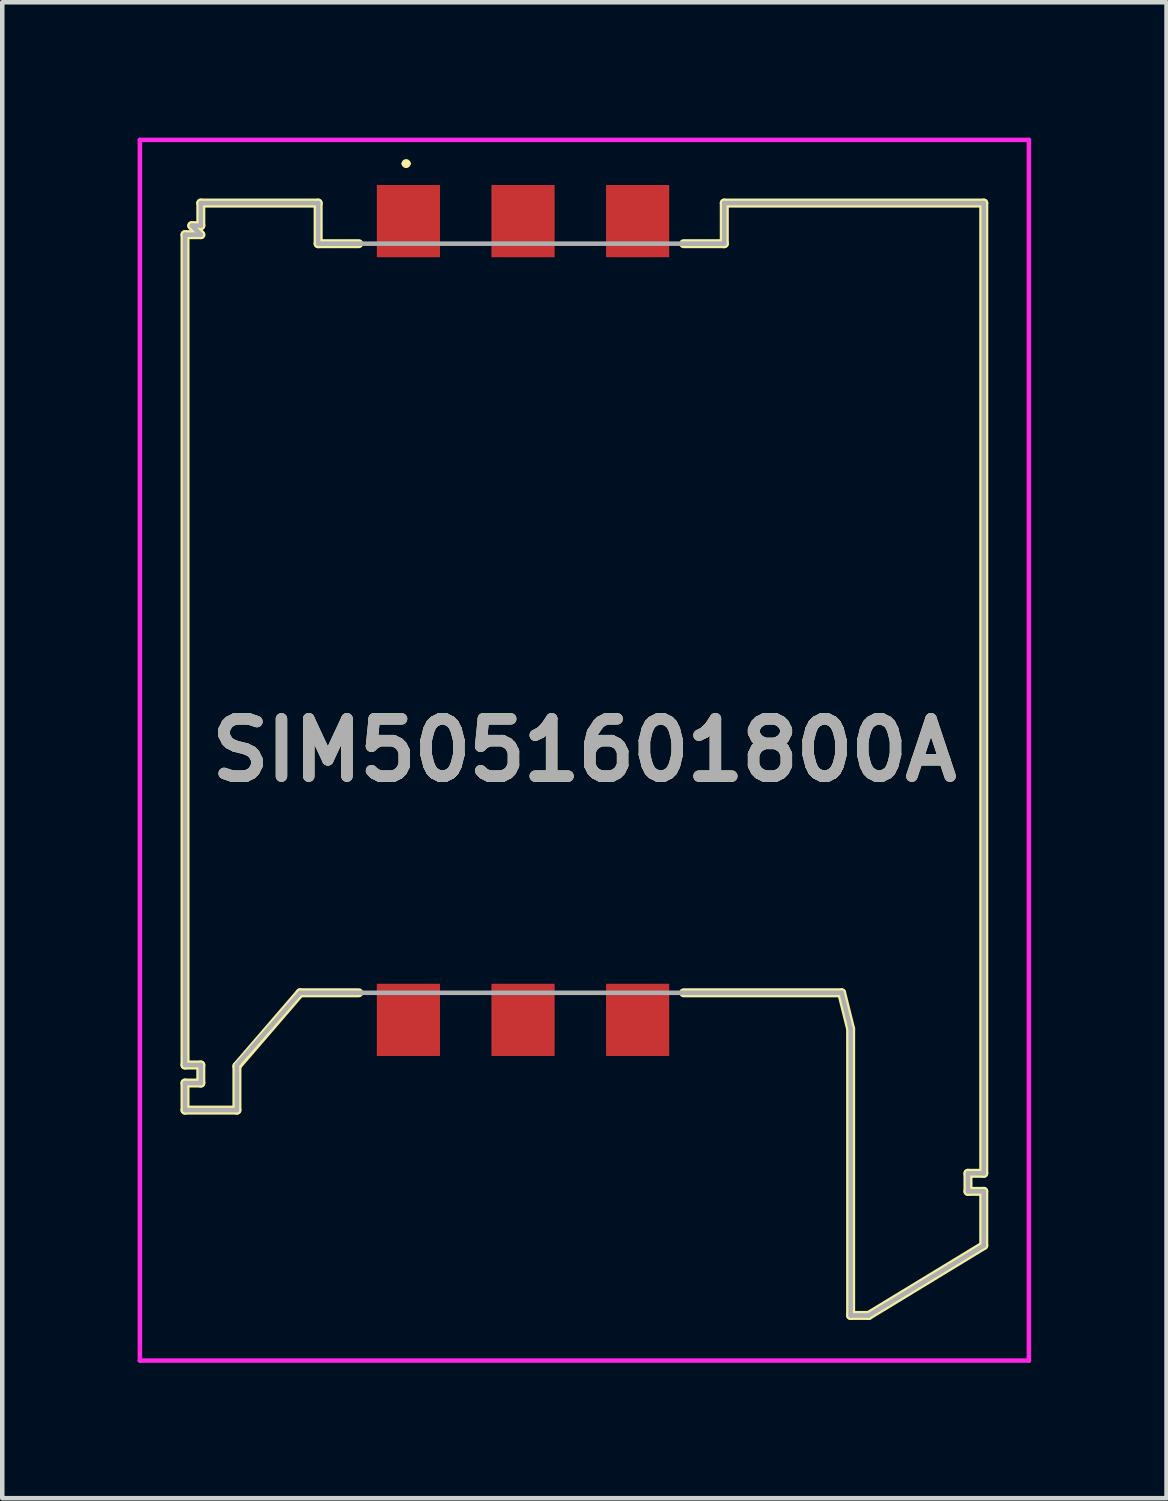
<source format=kicad_pcb>
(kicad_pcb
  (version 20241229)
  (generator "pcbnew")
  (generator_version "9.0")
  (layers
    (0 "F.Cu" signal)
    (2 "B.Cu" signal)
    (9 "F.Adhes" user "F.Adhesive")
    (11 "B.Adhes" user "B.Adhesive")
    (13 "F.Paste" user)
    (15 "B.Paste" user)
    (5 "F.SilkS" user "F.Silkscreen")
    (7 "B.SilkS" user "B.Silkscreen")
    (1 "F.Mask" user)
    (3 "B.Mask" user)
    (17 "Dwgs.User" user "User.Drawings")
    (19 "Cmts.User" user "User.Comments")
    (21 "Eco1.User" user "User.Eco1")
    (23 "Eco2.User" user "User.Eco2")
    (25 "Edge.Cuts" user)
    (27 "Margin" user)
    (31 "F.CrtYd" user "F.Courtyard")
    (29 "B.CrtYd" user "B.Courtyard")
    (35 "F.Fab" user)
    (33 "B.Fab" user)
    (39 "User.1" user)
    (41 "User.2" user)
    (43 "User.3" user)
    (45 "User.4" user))
  (footprint "SIM5051601800A"
    (layer "F.Cu")
    (at 9.9 13.775)
    (property "Reference" "SIM5051601800A" (at 0 -0.2 0) (layer "F.SilkS") (effects (font (size 1.27 1.27) (thickness 0.254))))
    (attr smd)
    (fp_line (start -8.85 -11.625) (end -8.85 6.775) (stroke (width 0.2) (type solid)) (layer "F.SilkS"))
    (fp_line (start -8.85 6.775) (end -8.5 6.775) (stroke (width 0.2) (type solid)) (layer "F.SilkS"))
    (fp_line (start -8.85 7.175) (end -8.85 7.775) (stroke (width 0.2) (type solid)) (layer "F.SilkS"))
    (fp_line (start -8.85 7.775) (end -7.7 7.775) (stroke (width 0.2) (type solid)) (layer "F.SilkS"))
    (fp_line (start -8.7 -11.825) (end -8.5 -11.625) (stroke (width 0.2) (type solid)) (layer "F.SilkS"))
    (fp_line (start -8.5 -12.325) (end -8.5 -11.825) (stroke (width 0.2) (type solid)) (layer "F.SilkS"))
    (fp_line (start -8.5 -11.825) (end -8.7 -11.825) (stroke (width 0.2) (type solid)) (layer "F.SilkS"))
    (fp_line (start -8.5 -11.625) (end -8.85 -11.625) (stroke (width 0.2) (type solid)) (layer "F.SilkS"))
    (fp_line (start -8.5 6.775) (end -8.5 7.175) (stroke (width 0.2) (type solid)) (layer "F.SilkS"))
    (fp_line (start -8.5 7.175) (end -8.85 7.175) (stroke (width 0.2) (type solid)) (layer "F.SilkS"))
    (fp_line (start -7.7 6.8) (end -6.3 5.175) (stroke (width 0.2) (type solid)) (layer "F.SilkS"))
    (fp_line (start -7.7 7.775) (end -7.7 6.8) (stroke (width 0.2) (type solid)) (layer "F.SilkS"))
    (fp_line (start -6.3 5.175) (end -5 5.175) (stroke (width 0.2) (type solid)) (layer "F.SilkS"))
    (fp_line (start -5.9 -12.325) (end -8.5 -12.325) (stroke (width 0.2) (type solid)) (layer "F.SilkS"))
    (fp_line (start -5.9 -11.425) (end -5.9 -12.325) (stroke (width 0.2) (type solid)) (layer "F.SilkS"))
    (fp_line (start -5 -11.425) (end -5.9 -11.425) (stroke (width 0.2) (type solid)) (layer "F.SilkS"))
    (fp_line (start -4 -13.2) (end -4 -13.2) (stroke (width 0.1) (type solid)) (layer "F.SilkS"))
    (fp_line (start -3.9 -13.2) (end -3.9 -13.2) (stroke (width 0.1) (type solid)) (layer "F.SilkS"))
    (fp_line (start 2.2 5.175) (end 5.7 5.175) (stroke (width 0.2) (type solid)) (layer "F.SilkS"))
    (fp_line (start 3.1 -12.325) (end 3.1 -11.425) (stroke (width 0.2) (type solid)) (layer "F.SilkS"))
    (fp_line (start 3.1 -11.425) (end 2.2 -11.425) (stroke (width 0.2) (type solid)) (layer "F.SilkS"))
    (fp_line (start 5.7 5.175) (end 5.9 5.975) (stroke (width 0.2) (type solid)) (layer "F.SilkS"))
    (fp_line (start 5.9 5.975) (end 5.9 12.325) (stroke (width 0.2) (type solid)) (layer "F.SilkS"))
    (fp_line (start 5.9 12.325) (end 6.3 12.325) (stroke (width 0.2) (type solid)) (layer "F.SilkS"))
    (fp_line (start 6.3 12.325) (end 8.85 10.775) (stroke (width 0.2) (type solid)) (layer "F.SilkS"))
    (fp_line (start 8.5 9.175) (end 8.85 9.175) (stroke (width 0.2) (type solid)) (layer "F.SilkS"))
    (fp_line (start 8.5 9.575) (end 8.5 9.175) (stroke (width 0.2) (type solid)) (layer "F.SilkS"))
    (fp_line (start 8.85 -12.325) (end 3.1 -12.325) (stroke (width 0.2) (type solid)) (layer "F.SilkS"))
    (fp_line (start 8.85 9.175) (end 8.85 -12.325) (stroke (width 0.2) (type solid)) (layer "F.SilkS"))
    (fp_line (start 8.85 9.575) (end 8.5 9.575) (stroke (width 0.2) (type solid)) (layer "F.SilkS"))
    (fp_line (start 8.85 10.775) (end 8.85 9.575) (stroke (width 0.2) (type solid)) (layer "F.SilkS"))
    (fp_arc (start -4 -13.2) (mid -3.95 -13.25) (end -3.9 -13.2) (stroke (width 0.1) (type solid)) (layer "F.SilkS"))
    (fp_arc (start -3.9 -13.2) (mid -3.95 -13.15) (end -4 -13.2) (stroke (width 0.1) (type solid)) (layer "F.SilkS"))
    (fp_line (start -9.85 -13.725) (end 9.85 -13.725) (stroke (width 0.1) (type solid)) (layer "F.CrtYd"))
    (fp_line (start -9.85 13.325) (end -9.85 -13.725) (stroke (width 0.1) (type solid)) (layer "F.CrtYd"))
    (fp_line (start 9.85 -13.725) (end 9.85 13.325) (stroke (width 0.1) (type solid)) (layer "F.CrtYd"))
    (fp_line (start 9.85 13.325) (end -9.85 13.325) (stroke (width 0.1) (type solid)) (layer "F.CrtYd"))
    (fp_line (start -8.85 -11.625) (end -8.85 6.775) (stroke (width 0.1) (type solid)) (layer "F.Fab"))
    (fp_line (start -8.85 6.775) (end -8.5 6.775) (stroke (width 0.1) (type solid)) (layer "F.Fab"))
    (fp_line (start -8.85 7.175) (end -8.85 7.775) (stroke (width 0.1) (type solid)) (layer "F.Fab"))
    (fp_line (start -8.85 7.775) (end -7.7 7.775) (stroke (width 0.1) (type solid)) (layer "F.Fab"))
    (fp_line (start -8.7 -11.825) (end -8.5 -11.625) (stroke (width 0.1) (type solid)) (layer "F.Fab"))
    (fp_line (start -8.5 -12.325) (end -8.5 -11.825) (stroke (width 0.1) (type solid)) (layer "F.Fab"))
    (fp_line (start -8.5 -11.825) (end -8.7 -11.825) (stroke (width 0.1) (type solid)) (layer "F.Fab"))
    (fp_line (start -8.5 -11.625) (end -8.85 -11.625) (stroke (width 0.1) (type solid)) (layer "F.Fab"))
    (fp_line (start -8.5 6.775) (end -8.5 7.175) (stroke (width 0.1) (type solid)) (layer "F.Fab"))
    (fp_line (start -8.5 7.175) (end -8.85 7.175) (stroke (width 0.1) (type solid)) (layer "F.Fab"))
    (fp_line (start -7.7 6.775) (end -6.3 5.175) (stroke (width 0.1) (type solid)) (layer "F.Fab"))
    (fp_line (start -7.7 7.775) (end -7.7 6.775) (stroke (width 0.1) (type solid)) (layer "F.Fab"))
    (fp_line (start -6.3 5.175) (end 5.7 5.175) (stroke (width 0.1) (type solid)) (layer "F.Fab"))
    (fp_line (start -5.9 -12.325) (end -8.5 -12.325) (stroke (width 0.1) (type solid)) (layer "F.Fab"))
    (fp_line (start -5.9 -11.425) (end -5.9 -12.325) (stroke (width 0.1) (type solid)) (layer "F.Fab"))
    (fp_line (start 3.1 -12.325) (end 3.1 -11.425) (stroke (width 0.1) (type solid)) (layer "F.Fab"))
    (fp_line (start 3.1 -11.425) (end -5.9 -11.425) (stroke (width 0.1) (type solid)) (layer "F.Fab"))
    (fp_line (start 5.7 5.175) (end 5.9 5.975) (stroke (width 0.1) (type solid)) (layer "F.Fab"))
    (fp_line (start 5.9 5.975) (end 5.9 12.325) (stroke (width 0.1) (type solid)) (layer "F.Fab"))
    (fp_line (start 5.9 12.325) (end 6.3 12.325) (stroke (width 0.1) (type solid)) (layer "F.Fab"))
    (fp_line (start 6.3 12.325) (end 8.85 10.775) (stroke (width 0.1) (type solid)) (layer "F.Fab"))
    (fp_line (start 8.5 9.175) (end 8.85 9.175) (stroke (width 0.1) (type solid)) (layer "F.Fab"))
    (fp_line (start 8.5 9.575) (end 8.5 9.175) (stroke (width 0.1) (type solid)) (layer "F.Fab"))
    (fp_line (start 8.85 -12.325) (end 3.1 -12.325) (stroke (width 0.1) (type solid)) (layer "F.Fab"))
    (fp_line (start 8.85 9.175) (end 8.85 -12.325) (stroke (width 0.1) (type solid)) (layer "F.Fab"))
    (fp_line (start 8.85 9.575) (end 8.5 9.575) (stroke (width 0.1) (type solid)) (layer "F.Fab"))
    (fp_line (start 8.85 10.775) (end 8.85 9.575) (stroke (width 0.1) (type solid)) (layer "F.Fab"))
    (fp_text user "${REFERENCE}" (at 0 -0.2 0) (layer "F.Fab") (effects (font (size 1.27 1.27) (thickness 0.254))))
    (pad "C1" smd rect (at -3.9 -11.925) (size 1.4 1.6) (layers "F.Cu" "F.Mask" "F.Paste"))
    (pad "C2" smd rect (at -1.36 -11.925) (size 1.4 1.6) (layers "F.Cu" "F.Mask" "F.Paste"))
    (pad "C3" smd rect (at 1.18 -11.925) (size 1.4 1.6) (layers "F.Cu" "F.Mask" "F.Paste"))
    (pad "C5" smd rect (at -3.9 5.775) (size 1.4 1.6) (layers "F.Cu" "F.Mask" "F.Paste"))
    (pad "C6" smd rect (at -1.36 5.775) (size 1.4 1.6) (layers "F.Cu" "F.Mask" "F.Paste"))
    (pad "C7" smd rect (at 1.18 5.775) (size 1.4 1.6) (layers "F.Cu" "F.Mask" "F.Paste")))
  (gr_rect
    (start -3 -3)
    (end 22.8 30.15)
    (stroke (width 0.1) (type default))
    (fill no)
    (layer "Edge.Cuts")))
</source>
